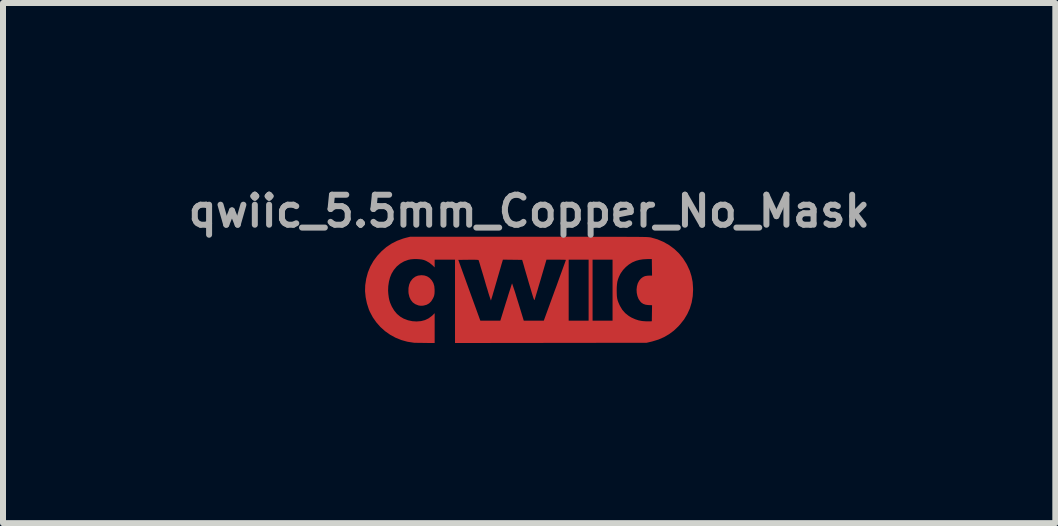
<source format=kicad_pcb>
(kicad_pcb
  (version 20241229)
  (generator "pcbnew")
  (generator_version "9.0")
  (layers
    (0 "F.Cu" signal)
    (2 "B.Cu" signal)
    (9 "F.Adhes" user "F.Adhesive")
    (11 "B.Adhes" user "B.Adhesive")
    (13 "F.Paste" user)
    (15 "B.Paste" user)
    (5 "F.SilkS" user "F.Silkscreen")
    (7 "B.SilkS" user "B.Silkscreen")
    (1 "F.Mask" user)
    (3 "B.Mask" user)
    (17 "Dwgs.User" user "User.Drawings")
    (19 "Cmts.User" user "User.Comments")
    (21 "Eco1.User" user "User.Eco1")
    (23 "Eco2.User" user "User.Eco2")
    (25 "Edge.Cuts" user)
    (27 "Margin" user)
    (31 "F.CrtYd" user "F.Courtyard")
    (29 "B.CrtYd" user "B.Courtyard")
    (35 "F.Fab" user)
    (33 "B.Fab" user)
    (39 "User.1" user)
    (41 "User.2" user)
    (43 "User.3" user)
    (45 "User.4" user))
  (footprint "qwiic_5.5mm_Copper_No_Mask"
    (layer "F.Cu")
    (at 5.767 1.768)
    (property "Reference" "qwiic_5.5mm_Copper_No_Mask" (at 0 -1.3 0) (layer "F.Fab") (effects (font (size 0.5 0.5) (thickness 0.1))))
    (attr board_only exclude_from_pos_files exclude_from_bom)
    (fp_poly (pts (xy -1.745 -0.228) (xy -1.702 -0.214) (xy -1.664 -0.19) (xy -1.654 -0.181) (xy -1.62 -0.143) (xy -1.596 -0.1) (xy -1.581 -0.05) (xy -1.576 0.009) (xy -1.576 0.045) (xy -1.578 0.076) (xy -1.582 0.1) (xy -1.588 0.121) (xy -1.598 0.144) (xy -1.605 0.158) (xy -1.634 0.204) (xy -1.668 0.237) (xy -1.709 0.26) (xy -1.758 0.273) (xy -1.783 0.276) (xy -1.811 0.276) (xy -1.839 0.272) (xy -1.847 0.27) (xy -1.898 0.25) (xy -1.94 0.22) (xy -1.972 0.18) (xy -1.995 0.132) (xy -2.009 0.075) (xy -2.012 0.043) (xy -2.011 -0.021) (xy -2 -0.076) (xy -1.98 -0.124) (xy -1.949 -0.166) (xy -1.932 -0.183) (xy -1.894 -0.21) (xy -1.853 -0.226) (xy -1.804 -0.232) (xy -1.794 -0.233)) (stroke (width 0) (type solid)) (fill yes) (layer "F.Cu"))
    (fp_poly (pts (xy 0.189 -0.874) (xy 0.368 -0.874) (xy 0.536 -0.874) (xy 0.691 -0.874) (xy 0.834 -0.874) (xy 0.967 -0.874) (xy 1.089 -0.873) (xy 1.201 -0.873) (xy 1.304 -0.873) (xy 1.397 -0.873) (xy 1.482 -0.873) (xy 1.558 -0.873) (xy 1.626 -0.872) (xy 1.687 -0.872) (xy 1.742 -0.872) (xy 1.789 -0.871) (xy 1.831 -0.871) (xy 1.867 -0.87) (xy 1.898 -0.87) (xy 1.925 -0.869) (xy 1.947 -0.869) (xy 1.966 -0.868) (xy 1.981 -0.867) (xy 1.994 -0.866) (xy 2.004 -0.865) (xy 2.012 -0.864) (xy 2.019 -0.863) (xy 2.025 -0.862) (xy 2.03 -0.861) (xy 2.138 -0.83) (xy 2.239 -0.787) (xy 2.332 -0.734) (xy 2.417 -0.671) (xy 2.494 -0.598) (xy 2.562 -0.515) (xy 2.62 -0.424) (xy 2.633 -0.399) (xy 2.675 -0.308) (xy 2.704 -0.216) (xy 2.723 -0.121) (xy 2.73 -0.021) (xy 2.731 0.006) (xy 2.725 0.117) (xy 2.707 0.222) (xy 2.677 0.321) (xy 2.634 0.415) (xy 2.58 0.505) (xy 2.512 0.59) (xy 2.484 0.621) (xy 2.409 0.692) (xy 2.329 0.751) (xy 2.244 0.8) (xy 2.152 0.84) (xy 2.05 0.871) (xy 2.021 0.878) (xy 1.957 0.893) (xy 0.36 0.895) (xy -1.236 0.897) (xy -1.236 0.203) (xy -1.236 -0.488) (xy -1.181 -0.488) (xy -0.998 0.018) (xy -0.814 0.525) (xy -0.647 0.525) (xy -0.481 0.525) (xy -0.386 0.218) (xy -0.366 0.156) (xy -0.349 0.099) (xy -0.332 0.046) (xy -0.317 0.001) (xy -0.305 -0.038) (xy -0.296 -0.067) (xy -0.289 -0.087) (xy -0.286 -0.095) (xy -0.286 -0.095) (xy -0.283 -0.09) (xy -0.277 -0.073) (xy -0.268 -0.046) (xy -0.256 -0.01) (xy -0.241 0.034) (xy -0.225 0.085) (xy -0.208 0.142) (xy -0.189 0.203) (xy -0.186 0.212) (xy -0.09 0.525) (xy 0.076 0.525) (xy 0.243 0.525) (xy 0.427 0.021) (xy 0.456 -0.057) (xy 0.483 -0.132) (xy 0.508 -0.202) (xy 0.532 -0.267) (xy 0.553 -0.325) (xy 0.571 -0.375) (xy 0.587 -0.418) (xy 0.599 -0.451) (xy 0.607 -0.474) (xy 0.611 -0.486) (xy 0.611 -0.487) (xy 0.605 -0.489) (xy 0.587 -0.49) (xy 0.56 -0.491) (xy 0.524 -0.491) (xy 0.483 -0.492) (xy 0.45 -0.492) (xy 0.658 -0.492) (xy 0.658 0.017) (xy 0.658 0.525) (xy 0.824 0.525) (xy 0.99 0.525) (xy 0.99 0.017) (xy 0.99 -0.492) (xy 1.056 -0.492) (xy 1.056 0.017) (xy 1.056 0.525) (xy 1.222 0.525) (xy 1.389 0.525) (xy 1.389 0.02) (xy 1.458 0.02) (xy 1.459 0.073) (xy 1.461 0.116) (xy 1.466 0.153) (xy 1.474 0.187) (xy 1.486 0.22) (xy 1.502 0.257) (xy 1.512 0.278) (xy 1.551 0.343) (xy 1.6 0.399) (xy 1.659 0.446) (xy 1.704 0.473) (xy 1.766 0.501) (xy 1.824 0.52) (xy 1.883 0.531) (xy 1.949 0.536) (xy 1.98 0.536) (xy 2.043 0.535) (xy 2.045 0.401) (xy 2.047 0.267) (xy 1.988 0.265) (xy 1.94 0.259) (xy 1.902 0.246) (xy 1.871 0.226) (xy 1.851 0.205) (xy 1.822 0.163) (xy 1.803 0.114) (xy 1.792 0.061) (xy 1.789 0.007) (xy 1.795 -0.047) (xy 1.809 -0.097) (xy 1.832 -0.141) (xy 1.862 -0.177) (xy 1.895 -0.202) (xy 1.928 -0.217) (xy 1.966 -0.224) (xy 1.995 -0.226) (xy 2.047 -0.226) (xy 2.045 -0.364) (xy 2.043 -0.502) (xy 1.96 -0.501) (xy 1.894 -0.497) (xy 1.836 -0.488) (xy 1.781 -0.473) (xy 1.726 -0.45) (xy 1.714 -0.444) (xy 1.661 -0.411) (xy 1.61 -0.369) (xy 1.564 -0.32) (xy 1.527 -0.268) (xy 1.516 -0.249) (xy 1.495 -0.205) (xy 1.48 -0.166) (xy 1.469 -0.126) (xy 1.463 -0.084) (xy 1.459 -0.035) (xy 1.458 0.02) (xy 1.389 0.02) (xy 1.389 0.017) (xy 1.389 -0.492) (xy 1.222 -0.492) (xy 1.056 -0.492) (xy 0.99 -0.492) (xy 0.824 -0.492) (xy 0.658 -0.492) (xy 0.45 -0.492) (xy 0.288 -0.492) (xy 0.193 -0.168) (xy 0.174 -0.104) (xy 0.156 -0.044) (xy 0.14 0.012) (xy 0.125 0.062) (xy 0.112 0.104) (xy 0.102 0.138) (xy 0.095 0.162) (xy 0.091 0.174) (xy 0.09 0.176) (xy 0.089 0.179) (xy 0.087 0.181) (xy 0.085 0.181) (xy 0.083 0.177) (xy 0.079 0.171) (xy 0.075 0.159) (xy 0.069 0.143) (xy 0.062 0.121) (xy 0.053 0.092) (xy 0.042 0.056) (xy 0.029 0.011) (xy 0.013 -0.042) (xy -0.006 -0.105) (xy -0.027 -0.178) (xy -0.052 -0.263) (xy -0.08 -0.359) (xy -0.085 -0.379) (xy -0.117 -0.488) (xy -0.277 -0.49) (xy -0.438 -0.492) (xy -0.454 -0.437) (xy -0.46 -0.419) (xy -0.468 -0.39) (xy -0.479 -0.351) (xy -0.493 -0.304) (xy -0.508 -0.252) (xy -0.525 -0.194) (xy -0.542 -0.134) (xy -0.552 -0.1) (xy -0.569 -0.041) (xy -0.585 0.014) (xy -0.6 0.064) (xy -0.612 0.107) (xy -0.623 0.142) (xy -0.631 0.168) (xy -0.636 0.184) (xy -0.638 0.188) (xy -0.64 0.182) (xy -0.646 0.166) (xy -0.655 0.138) (xy -0.667 0.102) (xy -0.681 0.057) (xy -0.696 0.005) (xy -0.714 -0.052) (xy -0.732 -0.114) (xy -0.74 -0.142) (xy -0.759 -0.207) (xy -0.777 -0.267) (xy -0.794 -0.323) (xy -0.809 -0.372) (xy -0.821 -0.414) (xy -0.831 -0.447) (xy -0.839 -0.471) (xy -0.843 -0.483) (xy -0.844 -0.485) (xy -0.851 -0.487) (xy -0.869 -0.489) (xy -0.898 -0.49) (xy -0.94 -0.49) (xy -0.994 -0.49) (xy -1.015 -0.49) (xy -1.181 -0.488) (xy -1.236 -0.488) (xy -1.236 -0.492) (xy -1.405 -0.492) (xy -1.575 -0.492) (xy -1.575 -0.427) (xy -1.575 -0.363) (xy -1.61 -0.397) (xy -1.661 -0.439) (xy -1.719 -0.472) (xy -1.754 -0.486) (xy -1.788 -0.494) (xy -1.831 -0.499) (xy -1.879 -0.502) (xy -1.928 -0.501) (xy -1.973 -0.497) (xy -2.012 -0.489) (xy -2.013 -0.489) (xy -2.085 -0.463) (xy -2.15 -0.425) (xy -2.208 -0.377) (xy -2.257 -0.318) (xy -2.294 -0.256) (xy -2.319 -0.194) (xy -2.337 -0.125) (xy -2.348 -0.05) (xy -2.351 0.025) (xy -2.347 0.081) (xy -2.34 0.135) (xy -2.331 0.18) (xy -2.319 0.22) (xy -2.302 0.261) (xy -2.288 0.292) (xy -2.25 0.355) (xy -2.204 0.411) (xy -2.149 0.457) (xy -2.093 0.49) (xy -2.02 0.518) (xy -1.944 0.534) (xy -1.875 0.538) (xy -1.802 0.532) (xy -1.736 0.515) (xy -1.676 0.486) (xy -1.622 0.446) (xy -1.614 0.439) (xy -1.575 0.4) (xy -1.575 0.648) (xy -1.575 0.897) (xy -1.736 0.896) (xy -1.782 0.895) (xy -1.826 0.895) (xy -1.864 0.894) (xy -1.895 0.893) (xy -1.916 0.893) (xy -1.923 0.892) (xy -2.028 0.876) (xy -2.129 0.848) (xy -2.226 0.809) (xy -2.317 0.759) (xy -2.401 0.7) (xy -2.478 0.631) (xy -2.546 0.554) (xy -2.605 0.47) (xy -2.654 0.378) (xy -2.672 0.336) (xy -2.704 0.235) (xy -2.725 0.133) (xy -2.735 0.032) (xy -2.732 -0.066) (xy -2.715 -0.176) (xy -2.687 -0.28) (xy -2.647 -0.378) (xy -2.595 -0.47) (xy -2.531 -0.556) (xy -2.46 -0.632) (xy -2.379 -0.702) (xy -2.292 -0.76) (xy -2.199 -0.807) (xy -2.098 -0.844) (xy -2.055 -0.856) (xy -1.983 -0.874) (xy -0.003 -0.874)) (stroke (width 0) (type solid)) (fill yes) (layer "F.Cu"))
    (fp_poly (pts (xy -1.744 -0.227) (xy -1.702 -0.213) (xy -1.664 -0.189) (xy -1.654 -0.18) (xy -1.62 -0.142) (xy -1.595 -0.099) (xy -1.581 -0.049) (xy -1.575 0.01) (xy -1.576 0.046) (xy -1.578 0.077) (xy -1.582 0.101) (xy -1.588 0.122) (xy -1.598 0.145) (xy -1.605 0.159) (xy -1.634 0.204) (xy -1.668 0.238) (xy -1.709 0.261) (xy -1.758 0.274) (xy -1.783 0.277) (xy -1.811 0.277) (xy -1.839 0.273) (xy -1.847 0.271) (xy -1.898 0.251) (xy -1.94 0.221) (xy -1.972 0.181) (xy -1.995 0.133) (xy -2.009 0.075) (xy -2.012 0.044) (xy -2.01 -0.02) (xy -2 -0.075) (xy -1.98 -0.123) (xy -1.949 -0.165) (xy -1.932 -0.182) (xy -1.894 -0.209) (xy -1.853 -0.225) (xy -1.804 -0.231) (xy -1.794 -0.232)) (stroke (width 0) (type solid)) (fill yes) (layer "F.Mask"))
    (fp_poly (pts (xy 0.189 -0.873) (xy 0.369 -0.873) (xy 0.536 -0.873) (xy 0.691 -0.873) (xy 0.835 -0.873) (xy 0.967 -0.873) (xy 1.089 -0.872) (xy 1.202 -0.872) (xy 1.304 -0.872) (xy 1.397 -0.872) (xy 1.482 -0.872) (xy 1.558 -0.872) (xy 1.626 -0.871) (xy 1.688 -0.871) (xy 1.742 -0.871) (xy 1.789 -0.87) (xy 1.831 -0.87) (xy 1.867 -0.87) (xy 1.898 -0.869) (xy 1.925 -0.868) (xy 1.947 -0.868) (xy 1.966 -0.867) (xy 1.981 -0.866) (xy 1.994 -0.865) (xy 2.004 -0.864) (xy 2.012 -0.863) (xy 2.019 -0.862) (xy 2.025 -0.861) (xy 2.03 -0.86) (xy 2.138 -0.829) (xy 2.239 -0.786) (xy 2.332 -0.733) (xy 2.418 -0.67) (xy 2.494 -0.597) (xy 2.562 -0.514) (xy 2.62 -0.423) (xy 2.633 -0.398) (xy 2.675 -0.307) (xy 2.704 -0.215) (xy 2.723 -0.12) (xy 2.73 -0.02) (xy 2.731 0.007) (xy 2.725 0.118) (xy 2.707 0.223) (xy 2.677 0.322) (xy 2.634 0.416) (xy 2.58 0.506) (xy 2.513 0.591) (xy 2.484 0.622) (xy 2.409 0.693) (xy 2.33 0.752) (xy 2.244 0.801) (xy 2.152 0.841) (xy 2.051 0.872) (xy 2.021 0.879) (xy 1.957 0.894) (xy 0.361 0.896) (xy -1.236 0.898) (xy -1.236 0.204) (xy -1.236 -0.487) (xy -1.181 -0.487) (xy -0.997 0.019) (xy -0.814 0.526) (xy -0.647 0.526) (xy -0.481 0.526) (xy -0.385 0.219) (xy -0.366 0.157) (xy -0.348 0.1) (xy -0.332 0.047) (xy -0.317 0.001) (xy -0.305 -0.037) (xy -0.295 -0.066) (xy -0.289 -0.086) (xy -0.286 -0.094) (xy -0.286 -0.094) (xy -0.283 -0.089) (xy -0.277 -0.072) (xy -0.268 -0.045) (xy -0.256 -0.009) (xy -0.241 0.035) (xy -0.225 0.086) (xy -0.207 0.143) (xy -0.189 0.204) (xy -0.185 0.213) (xy -0.09 0.526) (xy 0.077 0.526) (xy 0.243 0.526) (xy 0.427 0.022) (xy 0.456 -0.056) (xy 0.483 -0.131) (xy 0.508 -0.201) (xy 0.532 -0.266) (xy 0.553 -0.324) (xy 0.571 -0.374) (xy 0.587 -0.417) (xy 0.599 -0.45) (xy 0.607 -0.473) (xy 0.611 -0.485) (xy 0.611 -0.486) (xy 0.605 -0.488) (xy 0.587 -0.489) (xy 0.56 -0.49) (xy 0.524 -0.49) (xy 0.483 -0.491) (xy 0.45 -0.491) (xy 0.658 -0.491) (xy 0.658 0.018) (xy 0.658 0.526) (xy 0.824 0.526) (xy 0.99 0.526) (xy 0.99 0.018) (xy 0.99 -0.491) (xy 1.057 -0.491) (xy 1.057 0.018) (xy 1.057 0.526) (xy 1.223 0.526) (xy 1.389 0.526) (xy 1.389 0.021) (xy 1.459 0.021) (xy 1.459 0.074) (xy 1.462 0.117) (xy 1.466 0.154) (xy 1.474 0.188) (xy 1.486 0.221) (xy 1.502 0.258) (xy 1.512 0.279) (xy 1.551 0.344) (xy 1.6 0.4) (xy 1.659 0.447) (xy 1.705 0.474) (xy 1.766 0.502) (xy 1.824 0.521) (xy 1.884 0.532) (xy 1.949 0.537) (xy 1.98 0.537) (xy 2.043 0.536) (xy 2.045 0.402) (xy 2.047 0.268) (xy 1.988 0.266) (xy 1.941 0.26) (xy 1.902 0.247) (xy 1.871 0.226) (xy 1.851 0.206) (xy 1.823 0.163) (xy 1.803 0.115) (xy 1.792 0.062) (xy 1.789 0.008) (xy 1.795 -0.046) (xy 1.81 -0.096) (xy 1.832 -0.14) (xy 1.862 -0.176) (xy 1.895 -0.201) (xy 1.928 -0.216) (xy 1.966 -0.224) (xy 1.995 -0.225) (xy 2.047 -0.225) (xy 2.045 -0.363) (xy 2.043 -0.501) (xy 1.96 -0.5) (xy 1.894 -0.496) (xy 1.836 -0.487) (xy 1.781 -0.472) (xy 1.726 -0.449) (xy 1.714 -0.443) (xy 1.661 -0.41) (xy 1.61 -0.368) (xy 1.564 -0.319) (xy 1.527 -0.267) (xy 1.517 -0.248) (xy 1.496 -0.204) (xy 1.48 -0.165) (xy 1.47 -0.125) (xy 1.463 -0.083) (xy 1.459 -0.034) (xy 1.459 0.021) (xy 1.389 0.021) (xy 1.389 0.018) (xy 1.389 -0.491) (xy 1.223 -0.491) (xy 1.057 -0.491) (xy 0.99 -0.491) (xy 0.824 -0.491) (xy 0.658 -0.491) (xy 0.45 -0.491) (xy 0.288 -0.491) (xy 0.193 -0.167) (xy 0.174 -0.103) (xy 0.157 -0.043) (xy 0.14 0.013) (xy 0.125 0.062) (xy 0.113 0.105) (xy 0.102 0.139) (xy 0.095 0.163) (xy 0.091 0.175) (xy 0.09 0.177) (xy 0.089 0.18) (xy 0.087 0.182) (xy 0.085 0.182) (xy 0.083 0.178) (xy 0.079 0.172) (xy 0.075 0.16) (xy 0.069 0.144) (xy 0.062 0.122) (xy 0.053 0.093) (xy 0.042 0.057) (xy 0.029 0.012) (xy 0.013 -0.041) (xy -0.005 -0.104) (xy -0.027 -0.178) (xy -0.051 -0.262) (xy -0.079 -0.358) (xy -0.085 -0.378) (xy -0.117 -0.487) (xy -0.277 -0.489) (xy -0.437 -0.491) (xy -0.454 -0.436) (xy -0.459 -0.418) (xy -0.468 -0.389) (xy -0.479 -0.35) (xy -0.493 -0.303) (xy -0.508 -0.251) (xy -0.525 -0.193) (xy -0.542 -0.133) (xy -0.552 -0.099) (xy -0.569 -0.04) (xy -0.585 0.015) (xy -0.599 0.065) (xy -0.612 0.108) (xy -0.623 0.143) (xy -0.631 0.169) (xy -0.636 0.185) (xy -0.637 0.189) (xy -0.64 0.183) (xy -0.646 0.167) (xy -0.655 0.139) (xy -0.667 0.103) (xy -0.68 0.058) (xy -0.696 0.006) (xy -0.713 -0.051) (xy -0.732 -0.113) (xy -0.74 -0.141) (xy -0.759 -0.206) (xy -0.777 -0.266) (xy -0.794 -0.322) (xy -0.809 -0.371) (xy -0.821 -0.413) (xy -0.831 -0.446) (xy -0.839 -0.47) (xy -0.843 -0.482) (xy -0.843 -0.484) (xy -0.85 -0.486) (xy -0.869 -0.488) (xy -0.898 -0.489) (xy -0.94 -0.49) (xy -0.994 -0.489) (xy -1.015 -0.489) (xy -1.181 -0.487) (xy -1.236 -0.487) (xy -1.236 -0.491) (xy -1.405 -0.491) (xy -1.574 -0.491) (xy -1.574 -0.426) (xy -1.574 -0.362) (xy -1.609 -0.396) (xy -1.661 -0.438) (xy -1.719 -0.471) (xy -1.754 -0.485) (xy -1.788 -0.493) (xy -1.831 -0.498) (xy -1.879 -0.501) (xy -1.928 -0.5) (xy -1.973 -0.496) (xy -2.011 -0.489) (xy -2.012 -0.488) (xy -2.085 -0.462) (xy -2.15 -0.424) (xy -2.207 -0.376) (xy -2.256 -0.317) (xy -2.294 -0.255) (xy -2.319 -0.193) (xy -2.337 -0.124) (xy -2.348 -0.049) (xy -2.35 0.026) (xy -2.347 0.082) (xy -2.34 0.136) (xy -2.331 0.181) (xy -2.319 0.221) (xy -2.302 0.262) (xy -2.288 0.293) (xy -2.25 0.356) (xy -2.203 0.412) (xy -2.149 0.458) (xy -2.093 0.491) (xy -2.02 0.519) (xy -1.944 0.535) (xy -1.875 0.539) (xy -1.802 0.533) (xy -1.736 0.516) (xy -1.675 0.487) (xy -1.622 0.447) (xy -1.614 0.439) (xy -1.574 0.401) (xy -1.574 0.649) (xy -1.574 0.898) (xy -1.736 0.897) (xy -1.782 0.896) (xy -1.826 0.896) (xy -1.864 0.895) (xy -1.895 0.894) (xy -1.916 0.894) (xy -1.923 0.893) (xy -2.028 0.877) (xy -2.129 0.849) (xy -2.225 0.81) (xy -2.316 0.76) (xy -2.401 0.701) (xy -2.478 0.632) (xy -2.546 0.555) (xy -2.605 0.471) (xy -2.654 0.379) (xy -2.672 0.336) (xy -2.704 0.236) (xy -2.725 0.134) (xy -2.734 0.033) (xy -2.731 -0.065) (xy -2.715 -0.175) (xy -2.687 -0.279) (xy -2.647 -0.377) (xy -2.595 -0.469) (xy -2.531 -0.555) (xy -2.46 -0.631) (xy -2.379 -0.701) (xy -2.292 -0.759) (xy -2.199 -0.806) (xy -2.098 -0.843) (xy -2.055 -0.855) (xy -1.983 -0.873) (xy -0.003 -0.873)) (stroke (width 0) (type solid)) (fill yes) (layer "F.Mask")))
  (gr_rect
    (start -3 -3)
    (end 14.533 5.666)
    (stroke (width 0.1) (type default))
    (fill no)
    (layer "Edge.Cuts")))
</source>
